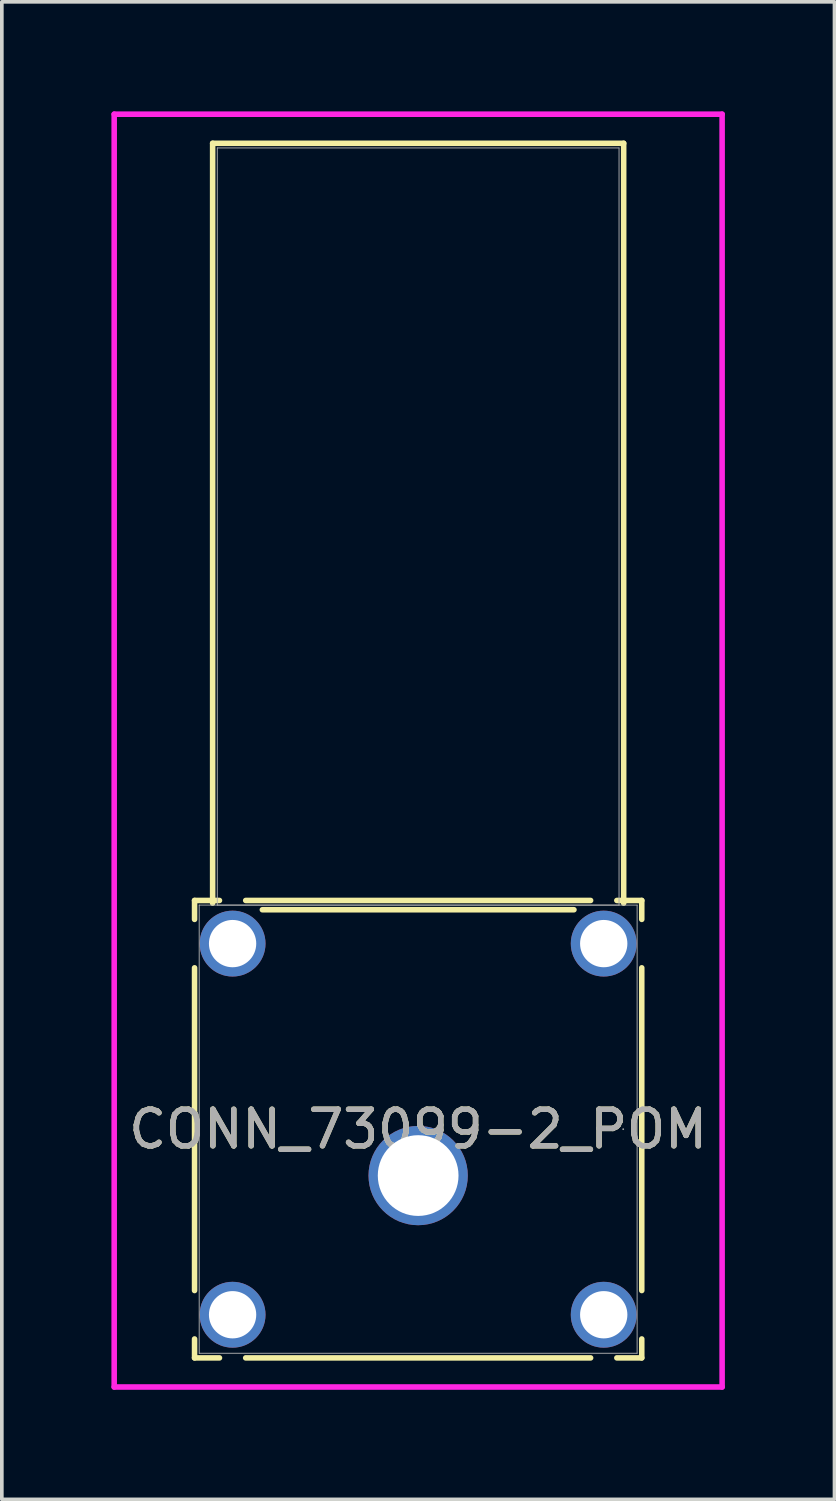
<source format=kicad_pcb>
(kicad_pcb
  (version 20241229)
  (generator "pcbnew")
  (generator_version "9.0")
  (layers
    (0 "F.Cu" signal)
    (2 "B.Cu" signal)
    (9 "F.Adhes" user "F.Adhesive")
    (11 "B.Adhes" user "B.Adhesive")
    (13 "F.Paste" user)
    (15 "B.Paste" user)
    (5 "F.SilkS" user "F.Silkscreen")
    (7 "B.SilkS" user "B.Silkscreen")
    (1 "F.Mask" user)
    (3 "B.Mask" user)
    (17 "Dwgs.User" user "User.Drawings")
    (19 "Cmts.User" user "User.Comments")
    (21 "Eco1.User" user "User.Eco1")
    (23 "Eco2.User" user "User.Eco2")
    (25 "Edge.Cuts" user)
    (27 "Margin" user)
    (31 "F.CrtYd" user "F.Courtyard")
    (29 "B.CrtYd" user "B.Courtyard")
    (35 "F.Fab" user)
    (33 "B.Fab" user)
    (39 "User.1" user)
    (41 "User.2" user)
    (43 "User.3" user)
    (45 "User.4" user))
  (footprint "CONN_73099-2_POM"
    (layer "F.Cu")
    (at 8.397 29.131)
    (property "Reference" "CONN_73099-2_POM" (at 0 -1.27 0) (unlocked yes) (layer "F.SilkS") (effects (font (size 1 1) (thickness 0.15))))
    (attr through_hole)
    (fp_line (start -6.121 -7.531) (end -6.121 -7.013) (stroke (width 0.152) (type solid)) (layer "F.SilkS"))
    (fp_line (start -6.121 -5.687) (end -6.121 3.147) (stroke (width 0.152) (type solid)) (layer "F.SilkS"))
    (fp_line (start -6.121 4.473) (end -6.121 4.991) (stroke (width 0.152) (type solid)) (layer "F.SilkS"))
    (fp_line (start -6.121 4.991) (end -5.439 4.991) (stroke (width 0.152) (type solid)) (layer "F.SilkS"))
    (fp_line (start -5.626 -28.258) (end -5.626 -7.457) (stroke (width 0.152) (type solid)) (layer "F.SilkS"))
    (fp_line (start -5.439 -7.531) (end -6.121 -7.531) (stroke (width 0.152) (type solid)) (layer "F.SilkS"))
    (fp_line (start -4.721 4.991) (end 4.721 4.991) (stroke (width 0.152) (type solid)) (layer "F.SilkS"))
    (fp_line (start -4.265 -7.277) (end 4.265 -7.277) (stroke (width 0.152) (type solid)) (layer "F.SilkS"))
    (fp_line (start 4.721 -7.531) (end -4.721 -7.531) (stroke (width 0.152) (type solid)) (layer "F.SilkS"))
    (fp_line (start 5.439 4.991) (end 6.121 4.991) (stroke (width 0.152) (type solid)) (layer "F.SilkS"))
    (fp_line (start 5.626 -28.258) (end -5.626 -28.258) (stroke (width 0.152) (type solid)) (layer "F.SilkS"))
    (fp_line (start 5.626 -7.457) (end 5.626 -28.258) (stroke (width 0.152) (type solid)) (layer "F.SilkS"))
    (fp_line (start 6.121 -7.531) (end 5.439 -7.531) (stroke (width 0.152) (type solid)) (layer "F.SilkS"))
    (fp_line (start 6.121 -7.013) (end 6.121 -7.531) (stroke (width 0.152) (type solid)) (layer "F.SilkS"))
    (fp_line (start 6.121 3.147) (end 6.121 -5.687) (stroke (width 0.152) (type solid)) (layer "F.SilkS"))
    (fp_line (start 6.121 4.991) (end 6.121 4.473) (stroke (width 0.152) (type solid)) (layer "F.SilkS"))
    (fp_line (start -8.321 -29.055) (end 8.321 -29.055) (stroke (width 0.152) (type solid)) (layer "F.CrtYd"))
    (fp_line (start -8.321 5.788) (end -8.321 -29.055) (stroke (width 0.152) (type solid)) (layer "F.CrtYd"))
    (fp_line (start 8.321 -29.055) (end 8.321 5.788) (stroke (width 0.152) (type solid)) (layer "F.CrtYd"))
    (fp_line (start 8.321 5.788) (end -8.321 5.788) (stroke (width 0.152) (type solid)) (layer "F.CrtYd"))
    (fp_line (start -5.994 -7.404) (end -5.994 4.864) (stroke (width 0.025) (type solid)) (layer "F.Fab"))
    (fp_line (start -5.994 4.864) (end 5.994 4.864) (stroke (width 0.025) (type solid)) (layer "F.Fab"))
    (fp_line (start -5.499 -28.131) (end -5.499 -7.404) (stroke (width 0.025) (type solid)) (layer "F.Fab"))
    (fp_line (start -5.499 -7.404) (end 5.499 -7.404) (stroke (width 0.025) (type solid)) (layer "F.Fab"))
    (fp_line (start 5.499 -28.131) (end -5.499 -28.131) (stroke (width 0.025) (type solid)) (layer "F.Fab"))
    (fp_line (start 5.499 -7.404) (end 5.499 -28.131) (stroke (width 0.025) (type solid)) (layer "F.Fab"))
    (fp_line (start 5.994 -7.404) (end -5.994 -7.404) (stroke (width 0.025) (type solid)) (layer "F.Fab"))
    (fp_line (start 5.994 4.864) (end 5.994 -7.404) (stroke (width 0.025) (type solid)) (layer "F.Fab"))
    (fp_circle (center 5.613 -1.27) (end 5.613 -1.27) (stroke (width 0.025) (type solid)) (fill no) (layer "F.Fab"))
    (fp_text user "${REFERENCE}" (at 0 -1.27 0) (unlocked yes) (layer "F.Fab") (effects (font (size 1 1) (thickness 0.15))))
    (pad "1" thru_hole circle (at 0 0) (size 2.718 2.718) (drill 2.21) (layers "*.Cu" "*.Mask"))
    (pad "2" thru_hole circle (at -5.08 -6.35) (size 1.803 1.803) (drill 1.295) (layers "*.Cu" "*.Mask"))
    (pad "3" thru_hole circle (at -5.08 3.81) (size 1.803 1.803) (drill 1.295) (layers "*.Cu" "*.Mask"))
    (pad "4" thru_hole circle (at 5.08 3.81) (size 1.803 1.803) (drill 1.295) (layers "*.Cu" "*.Mask"))
    (pad "5" thru_hole circle (at 5.08 -6.35) (size 1.803 1.803) (drill 1.295) (layers "*.Cu" "*.Mask")))
  (gr_rect
    (start -3 -3)
    (end 19.794 37.995)
    (stroke (width 0.1) (type default))
    (fill no)
    (layer "Edge.Cuts")))
</source>
